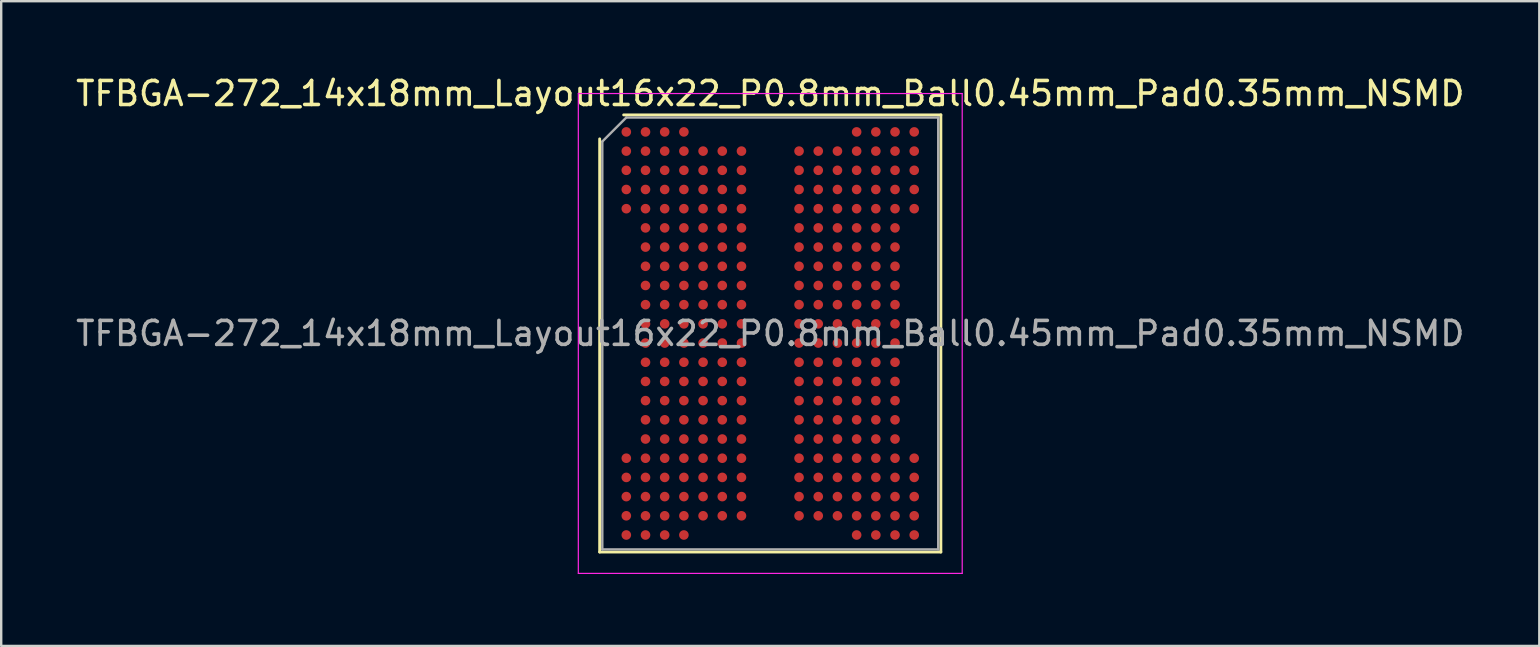
<source format=kicad_pcb>
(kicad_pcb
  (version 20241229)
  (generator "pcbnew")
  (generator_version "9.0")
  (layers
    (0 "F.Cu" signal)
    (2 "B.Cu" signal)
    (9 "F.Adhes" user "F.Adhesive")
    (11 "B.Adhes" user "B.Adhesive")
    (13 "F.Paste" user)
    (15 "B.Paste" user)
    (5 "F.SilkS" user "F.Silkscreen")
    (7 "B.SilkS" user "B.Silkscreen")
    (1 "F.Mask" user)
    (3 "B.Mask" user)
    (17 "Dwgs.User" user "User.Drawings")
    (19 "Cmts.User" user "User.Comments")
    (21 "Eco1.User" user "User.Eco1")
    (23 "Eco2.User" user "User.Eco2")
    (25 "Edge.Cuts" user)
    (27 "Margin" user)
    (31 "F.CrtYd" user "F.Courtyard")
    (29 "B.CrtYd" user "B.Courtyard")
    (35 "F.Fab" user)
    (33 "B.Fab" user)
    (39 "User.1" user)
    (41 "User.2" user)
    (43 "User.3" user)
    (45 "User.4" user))
  (footprint "TFBGA-272_14x18mm_Layout16x22_P0.8mm_Ball0.45mm_Pad0.35mm_NSMD"
    (layer "F.Cu")
    (at 29.054 10.848)
    (property "Reference" "TFBGA-272_14x18mm_Layout16x22_P0.8mm_Ball0.45mm_Pad0.35mm_NSMD" (at 0 -10 0) (layer "F.SilkS") (effects (font (size 1 1) (thickness 0.15))))
    (attr smd)
    (fp_line (start -7.11 9.11) (end -7.11 -8.11) (stroke (width 0.12) (type solid)) (layer "F.SilkS"))
    (fp_line (start -6.11 -9.11) (end 7.11 -9.11) (stroke (width 0.12) (type solid)) (layer "F.SilkS"))
    (fp_line (start 7.11 -9.11) (end 7.11 9.11) (stroke (width 0.12) (type solid)) (layer "F.SilkS"))
    (fp_line (start 7.11 9.11) (end -7.11 9.11) (stroke (width 0.12) (type solid)) (layer "F.SilkS"))
    (fp_line (start -8 -10) (end -8 10) (stroke (width 0.05) (type solid)) (layer "F.CrtYd"))
    (fp_line (start -8 10) (end 8 10) (stroke (width 0.05) (type solid)) (layer "F.CrtYd"))
    (fp_line (start 8 -10) (end -8 -10) (stroke (width 0.05) (type solid)) (layer "F.CrtYd"))
    (fp_line (start 8 10) (end 8 -10) (stroke (width 0.05) (type solid)) (layer "F.CrtYd"))
    (fp_line (start -7 -8) (end -6 -9) (stroke (width 0.1) (type solid)) (layer "F.Fab"))
    (fp_line (start -7 9) (end -7 -8) (stroke (width 0.1) (type solid)) (layer "F.Fab"))
    (fp_line (start -6 -9) (end 7 -9) (stroke (width 0.1) (type solid)) (layer "F.Fab"))
    (fp_line (start 7 -9) (end 7 9) (stroke (width 0.1) (type solid)) (layer "F.Fab"))
    (fp_line (start 7 9) (end -7 9) (stroke (width 0.1) (type solid)) (layer "F.Fab"))
    (fp_text user "${REFERENCE}" (at 0 0 0) (layer "F.Fab") (effects (font (size 1 1) (thickness 0.15))))
    (pad "A1" smd circle (at -6 -8.4) (size 0.4 0.4) (layers "F.Cu" "F.Mask" "F.Paste"))
    (pad "A2" smd circle (at -5.2 -8.4) (size 0.4 0.4) (layers "F.Cu" "F.Mask" "F.Paste"))
    (pad "A3" smd circle (at -4.4 -8.4) (size 0.4 0.4) (layers "F.Cu" "F.Mask" "F.Paste"))
    (pad "A4" smd circle (at -3.6 -8.4) (size 0.4 0.4) (layers "F.Cu" "F.Mask" "F.Paste"))
    (pad "A13" smd circle (at 3.6 -8.4) (size 0.4 0.4) (layers "F.Cu" "F.Mask" "F.Paste"))
    (pad "A14" smd circle (at 4.4 -8.4) (size 0.4 0.4) (layers "F.Cu" "F.Mask" "F.Paste"))
    (pad "A15" smd circle (at 5.2 -8.4) (size 0.4 0.4) (layers "F.Cu" "F.Mask" "F.Paste"))
    (pad "A16" smd circle (at 6 -8.4) (size 0.4 0.4) (layers "F.Cu" "F.Mask" "F.Paste"))
    (pad "AA1" smd circle (at -6 7.6) (size 0.4 0.4) (layers "F.Cu" "F.Mask" "F.Paste"))
    (pad "AA2" smd circle (at -5.2 7.6) (size 0.4 0.4) (layers "F.Cu" "F.Mask" "F.Paste"))
    (pad "AA3" smd circle (at -4.4 7.6) (size 0.4 0.4) (layers "F.Cu" "F.Mask" "F.Paste"))
    (pad "AA4" smd circle (at -3.6 7.6) (size 0.4 0.4) (layers "F.Cu" "F.Mask" "F.Paste"))
    (pad "AA5" smd circle (at -2.8 7.6) (size 0.4 0.4) (layers "F.Cu" "F.Mask" "F.Paste"))
    (pad "AA6" smd circle (at -2 7.6) (size 0.4 0.4) (layers "F.Cu" "F.Mask" "F.Paste"))
    (pad "AA7" smd circle (at -1.2 7.6) (size 0.4 0.4) (layers "F.Cu" "F.Mask" "F.Paste"))
    (pad "AA10" smd circle (at 1.2 7.6) (size 0.4 0.4) (layers "F.Cu" "F.Mask" "F.Paste"))
    (pad "AA11" smd circle (at 2 7.6) (size 0.4 0.4) (layers "F.Cu" "F.Mask" "F.Paste"))
    (pad "AA12" smd circle (at 2.8 7.6) (size 0.4 0.4) (layers "F.Cu" "F.Mask" "F.Paste"))
    (pad "AA13" smd circle (at 3.6 7.6) (size 0.4 0.4) (layers "F.Cu" "F.Mask" "F.Paste"))
    (pad "AA14" smd circle (at 4.4 7.6) (size 0.4 0.4) (layers "F.Cu" "F.Mask" "F.Paste"))
    (pad "AA15" smd circle (at 5.2 7.6) (size 0.4 0.4) (layers "F.Cu" "F.Mask" "F.Paste"))
    (pad "AA16" smd circle (at 6 7.6) (size 0.4 0.4) (layers "F.Cu" "F.Mask" "F.Paste"))
    (pad "AB1" smd circle (at -6 8.4) (size 0.4 0.4) (layers "F.Cu" "F.Mask" "F.Paste"))
    (pad "AB2" smd circle (at -5.2 8.4) (size 0.4 0.4) (layers "F.Cu" "F.Mask" "F.Paste"))
    (pad "AB3" smd circle (at -4.4 8.4) (size 0.4 0.4) (layers "F.Cu" "F.Mask" "F.Paste"))
    (pad "AB4" smd circle (at -3.6 8.4) (size 0.4 0.4) (layers "F.Cu" "F.Mask" "F.Paste"))
    (pad "AB13" smd circle (at 3.6 8.4) (size 0.4 0.4) (layers "F.Cu" "F.Mask" "F.Paste"))
    (pad "AB14" smd circle (at 4.4 8.4) (size 0.4 0.4) (layers "F.Cu" "F.Mask" "F.Paste"))
    (pad "AB15" smd circle (at 5.2 8.4) (size 0.4 0.4) (layers "F.Cu" "F.Mask" "F.Paste"))
    (pad "AB16" smd circle (at 6 8.4) (size 0.4 0.4) (layers "F.Cu" "F.Mask" "F.Paste"))
    (pad "B1" smd circle (at -6 -7.6) (size 0.4 0.4) (layers "F.Cu" "F.Mask" "F.Paste"))
    (pad "B2" smd circle (at -5.2 -7.6) (size 0.4 0.4) (layers "F.Cu" "F.Mask" "F.Paste"))
    (pad "B3" smd circle (at -4.4 -7.6) (size 0.4 0.4) (layers "F.Cu" "F.Mask" "F.Paste"))
    (pad "B4" smd circle (at -3.6 -7.6) (size 0.4 0.4) (layers "F.Cu" "F.Mask" "F.Paste"))
    (pad "B5" smd circle (at -2.8 -7.6) (size 0.4 0.4) (layers "F.Cu" "F.Mask" "F.Paste"))
    (pad "B6" smd circle (at -2 -7.6) (size 0.4 0.4) (layers "F.Cu" "F.Mask" "F.Paste"))
    (pad "B7" smd circle (at -1.2 -7.6) (size 0.4 0.4) (layers "F.Cu" "F.Mask" "F.Paste"))
    (pad "B10" smd circle (at 1.2 -7.6) (size 0.4 0.4) (layers "F.Cu" "F.Mask" "F.Paste"))
    (pad "B11" smd circle (at 2 -7.6) (size 0.4 0.4) (layers "F.Cu" "F.Mask" "F.Paste"))
    (pad "B12" smd circle (at 2.8 -7.6) (size 0.4 0.4) (layers "F.Cu" "F.Mask" "F.Paste"))
    (pad "B13" smd circle (at 3.6 -7.6) (size 0.4 0.4) (layers "F.Cu" "F.Mask" "F.Paste"))
    (pad "B14" smd circle (at 4.4 -7.6) (size 0.4 0.4) (layers "F.Cu" "F.Mask" "F.Paste"))
    (pad "B15" smd circle (at 5.2 -7.6) (size 0.4 0.4) (layers "F.Cu" "F.Mask" "F.Paste"))
    (pad "B16" smd circle (at 6 -7.6) (size 0.4 0.4) (layers "F.Cu" "F.Mask" "F.Paste"))
    (pad "C1" smd circle (at -6 -6.8) (size 0.4 0.4) (layers "F.Cu" "F.Mask" "F.Paste"))
    (pad "C2" smd circle (at -5.2 -6.8) (size 0.4 0.4) (layers "F.Cu" "F.Mask" "F.Paste"))
    (pad "C3" smd circle (at -4.4 -6.8) (size 0.4 0.4) (layers "F.Cu" "F.Mask" "F.Paste"))
    (pad "C4" smd circle (at -3.6 -6.8) (size 0.4 0.4) (layers "F.Cu" "F.Mask" "F.Paste"))
    (pad "C5" smd circle (at -2.8 -6.8) (size 0.4 0.4) (layers "F.Cu" "F.Mask" "F.Paste"))
    (pad "C6" smd circle (at -2 -6.8) (size 0.4 0.4) (layers "F.Cu" "F.Mask" "F.Paste"))
    (pad "C7" smd circle (at -1.2 -6.8) (size 0.4 0.4) (layers "F.Cu" "F.Mask" "F.Paste"))
    (pad "C10" smd circle (at 1.2 -6.8) (size 0.4 0.4) (layers "F.Cu" "F.Mask" "F.Paste"))
    (pad "C11" smd circle (at 2 -6.8) (size 0.4 0.4) (layers "F.Cu" "F.Mask" "F.Paste"))
    (pad "C12" smd circle (at 2.8 -6.8) (size 0.4 0.4) (layers "F.Cu" "F.Mask" "F.Paste"))
    (pad "C13" smd circle (at 3.6 -6.8) (size 0.4 0.4) (layers "F.Cu" "F.Mask" "F.Paste"))
    (pad "C14" smd circle (at 4.4 -6.8) (size 0.4 0.4) (layers "F.Cu" "F.Mask" "F.Paste"))
    (pad "C15" smd circle (at 5.2 -6.8) (size 0.4 0.4) (layers "F.Cu" "F.Mask" "F.Paste"))
    (pad "C16" smd circle (at 6 -6.8) (size 0.4 0.4) (layers "F.Cu" "F.Mask" "F.Paste"))
    (pad "D1" smd circle (at -6 -6) (size 0.4 0.4) (layers "F.Cu" "F.Mask" "F.Paste"))
    (pad "D2" smd circle (at -5.2 -6) (size 0.4 0.4) (layers "F.Cu" "F.Mask" "F.Paste"))
    (pad "D3" smd circle (at -4.4 -6) (size 0.4 0.4) (layers "F.Cu" "F.Mask" "F.Paste"))
    (pad "D4" smd circle (at -3.6 -6) (size 0.4 0.4) (layers "F.Cu" "F.Mask" "F.Paste"))
    (pad "D5" smd circle (at -2.8 -6) (size 0.4 0.4) (layers "F.Cu" "F.Mask" "F.Paste"))
    (pad "D6" smd circle (at -2 -6) (size 0.4 0.4) (layers "F.Cu" "F.Mask" "F.Paste"))
    (pad "D7" smd circle (at -1.2 -6) (size 0.4 0.4) (layers "F.Cu" "F.Mask" "F.Paste"))
    (pad "D10" smd circle (at 1.2 -6) (size 0.4 0.4) (layers "F.Cu" "F.Mask" "F.Paste"))
    (pad "D11" smd circle (at 2 -6) (size 0.4 0.4) (layers "F.Cu" "F.Mask" "F.Paste"))
    (pad "D12" smd circle (at 2.8 -6) (size 0.4 0.4) (layers "F.Cu" "F.Mask" "F.Paste"))
    (pad "D13" smd circle (at 3.6 -6) (size 0.4 0.4) (layers "F.Cu" "F.Mask" "F.Paste"))
    (pad "D14" smd circle (at 4.4 -6) (size 0.4 0.4) (layers "F.Cu" "F.Mask" "F.Paste"))
    (pad "D15" smd circle (at 5.2 -6) (size 0.4 0.4) (layers "F.Cu" "F.Mask" "F.Paste"))
    (pad "D16" smd circle (at 6 -6) (size 0.4 0.4) (layers "F.Cu" "F.Mask" "F.Paste"))
    (pad "E1" smd circle (at -6 -5.2) (size 0.4 0.4) (layers "F.Cu" "F.Mask" "F.Paste"))
    (pad "E2" smd circle (at -5.2 -5.2) (size 0.4 0.4) (layers "F.Cu" "F.Mask" "F.Paste"))
    (pad "E3" smd circle (at -4.4 -5.2) (size 0.4 0.4) (layers "F.Cu" "F.Mask" "F.Paste"))
    (pad "E4" smd circle (at -3.6 -5.2) (size 0.4 0.4) (layers "F.Cu" "F.Mask" "F.Paste"))
    (pad "E5" smd circle (at -2.8 -5.2) (size 0.4 0.4) (layers "F.Cu" "F.Mask" "F.Paste"))
    (pad "E6" smd circle (at -2 -5.2) (size 0.4 0.4) (layers "F.Cu" "F.Mask" "F.Paste"))
    (pad "E7" smd circle (at -1.2 -5.2) (size 0.4 0.4) (layers "F.Cu" "F.Mask" "F.Paste"))
    (pad "E10" smd circle (at 1.2 -5.2) (size 0.4 0.4) (layers "F.Cu" "F.Mask" "F.Paste"))
    (pad "E11" smd circle (at 2 -5.2) (size 0.4 0.4) (layers "F.Cu" "F.Mask" "F.Paste"))
    (pad "E12" smd circle (at 2.8 -5.2) (size 0.4 0.4) (layers "F.Cu" "F.Mask" "F.Paste"))
    (pad "E13" smd circle (at 3.6 -5.2) (size 0.4 0.4) (layers "F.Cu" "F.Mask" "F.Paste"))
    (pad "E14" smd circle (at 4.4 -5.2) (size 0.4 0.4) (layers "F.Cu" "F.Mask" "F.Paste"))
    (pad "E15" smd circle (at 5.2 -5.2) (size 0.4 0.4) (layers "F.Cu" "F.Mask" "F.Paste"))
    (pad "E16" smd circle (at 6 -5.2) (size 0.4 0.4) (layers "F.Cu" "F.Mask" "F.Paste"))
    (pad "F2" smd circle (at -5.2 -4.4) (size 0.4 0.4) (layers "F.Cu" "F.Mask" "F.Paste"))
    (pad "F3" smd circle (at -4.4 -4.4) (size 0.4 0.4) (layers "F.Cu" "F.Mask" "F.Paste"))
    (pad "F4" smd circle (at -3.6 -4.4) (size 0.4 0.4) (layers "F.Cu" "F.Mask" "F.Paste"))
    (pad "F5" smd circle (at -2.8 -4.4) (size 0.4 0.4) (layers "F.Cu" "F.Mask" "F.Paste"))
    (pad "F6" smd circle (at -2 -4.4) (size 0.4 0.4) (layers "F.Cu" "F.Mask" "F.Paste"))
    (pad "F7" smd circle (at -1.2 -4.4) (size 0.4 0.4) (layers "F.Cu" "F.Mask" "F.Paste"))
    (pad "F10" smd circle (at 1.2 -4.4) (size 0.4 0.4) (layers "F.Cu" "F.Mask" "F.Paste"))
    (pad "F11" smd circle (at 2 -4.4) (size 0.4 0.4) (layers "F.Cu" "F.Mask" "F.Paste"))
    (pad "F12" smd circle (at 2.8 -4.4) (size 0.4 0.4) (layers "F.Cu" "F.Mask" "F.Paste"))
    (pad "F13" smd circle (at 3.6 -4.4) (size 0.4 0.4) (layers "F.Cu" "F.Mask" "F.Paste"))
    (pad "F14" smd circle (at 4.4 -4.4) (size 0.4 0.4) (layers "F.Cu" "F.Mask" "F.Paste"))
    (pad "F15" smd circle (at 5.2 -4.4) (size 0.4 0.4) (layers "F.Cu" "F.Mask" "F.Paste"))
    (pad "G2" smd circle (at -5.2 -3.6) (size 0.4 0.4) (layers "F.Cu" "F.Mask" "F.Paste"))
    (pad "G3" smd circle (at -4.4 -3.6) (size 0.4 0.4) (layers "F.Cu" "F.Mask" "F.Paste"))
    (pad "G4" smd circle (at -3.6 -3.6) (size 0.4 0.4) (layers "F.Cu" "F.Mask" "F.Paste"))
    (pad "G5" smd circle (at -2.8 -3.6) (size 0.4 0.4) (layers "F.Cu" "F.Mask" "F.Paste"))
    (pad "G6" smd circle (at -2 -3.6) (size 0.4 0.4) (layers "F.Cu" "F.Mask" "F.Paste"))
    (pad "G7" smd circle (at -1.2 -3.6) (size 0.4 0.4) (layers "F.Cu" "F.Mask" "F.Paste"))
    (pad "G10" smd circle (at 1.2 -3.6) (size 0.4 0.4) (layers "F.Cu" "F.Mask" "F.Paste"))
    (pad "G11" smd circle (at 2 -3.6) (size 0.4 0.4) (layers "F.Cu" "F.Mask" "F.Paste"))
    (pad "G12" smd circle (at 2.8 -3.6) (size 0.4 0.4) (layers "F.Cu" "F.Mask" "F.Paste"))
    (pad "G13" smd circle (at 3.6 -3.6) (size 0.4 0.4) (layers "F.Cu" "F.Mask" "F.Paste"))
    (pad "G14" smd circle (at 4.4 -3.6) (size 0.4 0.4) (layers "F.Cu" "F.Mask" "F.Paste"))
    (pad "G15" smd circle (at 5.2 -3.6) (size 0.4 0.4) (layers "F.Cu" "F.Mask" "F.Paste"))
    (pad "H2" smd circle (at -5.2 -2.8) (size 0.4 0.4) (layers "F.Cu" "F.Mask" "F.Paste"))
    (pad "H3" smd circle (at -4.4 -2.8) (size 0.4 0.4) (layers "F.Cu" "F.Mask" "F.Paste"))
    (pad "H4" smd circle (at -3.6 -2.8) (size 0.4 0.4) (layers "F.Cu" "F.Mask" "F.Paste"))
    (pad "H5" smd circle (at -2.8 -2.8) (size 0.4 0.4) (layers "F.Cu" "F.Mask" "F.Paste"))
    (pad "H6" smd circle (at -2 -2.8) (size 0.4 0.4) (layers "F.Cu" "F.Mask" "F.Paste"))
    (pad "H7" smd circle (at -1.2 -2.8) (size 0.4 0.4) (layers "F.Cu" "F.Mask" "F.Paste"))
    (pad "H10" smd circle (at 1.2 -2.8) (size 0.4 0.4) (layers "F.Cu" "F.Mask" "F.Paste"))
    (pad "H11" smd circle (at 2 -2.8) (size 0.4 0.4) (layers "F.Cu" "F.Mask" "F.Paste"))
    (pad "H12" smd circle (at 2.8 -2.8) (size 0.4 0.4) (layers "F.Cu" "F.Mask" "F.Paste"))
    (pad "H13" smd circle (at 3.6 -2.8) (size 0.4 0.4) (layers "F.Cu" "F.Mask" "F.Paste"))
    (pad "H14" smd circle (at 4.4 -2.8) (size 0.4 0.4) (layers "F.Cu" "F.Mask" "F.Paste"))
    (pad "H15" smd circle (at 5.2 -2.8) (size 0.4 0.4) (layers "F.Cu" "F.Mask" "F.Paste"))
    (pad "J2" smd circle (at -5.2 -2) (size 0.4 0.4) (layers "F.Cu" "F.Mask" "F.Paste"))
    (pad "J3" smd circle (at -4.4 -2) (size 0.4 0.4) (layers "F.Cu" "F.Mask" "F.Paste"))
    (pad "J4" smd circle (at -3.6 -2) (size 0.4 0.4) (layers "F.Cu" "F.Mask" "F.Paste"))
    (pad "J5" smd circle (at -2.8 -2) (size 0.4 0.4) (layers "F.Cu" "F.Mask" "F.Paste"))
    (pad "J6" smd circle (at -2 -2) (size 0.4 0.4) (layers "F.Cu" "F.Mask" "F.Paste"))
    (pad "J7" smd circle (at -1.2 -2) (size 0.4 0.4) (layers "F.Cu" "F.Mask" "F.Paste"))
    (pad "J10" smd circle (at 1.2 -2) (size 0.4 0.4) (layers "F.Cu" "F.Mask" "F.Paste"))
    (pad "J11" smd circle (at 2 -2) (size 0.4 0.4) (layers "F.Cu" "F.Mask" "F.Paste"))
    (pad "J12" smd circle (at 2.8 -2) (size 0.4 0.4) (layers "F.Cu" "F.Mask" "F.Paste"))
    (pad "J13" smd circle (at 3.6 -2) (size 0.4 0.4) (layers "F.Cu" "F.Mask" "F.Paste"))
    (pad "J14" smd circle (at 4.4 -2) (size 0.4 0.4) (layers "F.Cu" "F.Mask" "F.Paste"))
    (pad "J15" smd circle (at 5.2 -2) (size 0.4 0.4) (layers "F.Cu" "F.Mask" "F.Paste"))
    (pad "K2" smd circle (at -5.2 -1.2) (size 0.4 0.4) (layers "F.Cu" "F.Mask" "F.Paste"))
    (pad "K3" smd circle (at -4.4 -1.2) (size 0.4 0.4) (layers "F.Cu" "F.Mask" "F.Paste"))
    (pad "K4" smd circle (at -3.6 -1.2) (size 0.4 0.4) (layers "F.Cu" "F.Mask" "F.Paste"))
    (pad "K5" smd circle (at -2.8 -1.2) (size 0.4 0.4) (layers "F.Cu" "F.Mask" "F.Paste"))
    (pad "K6" smd circle (at -2 -1.2) (size 0.4 0.4) (layers "F.Cu" "F.Mask" "F.Paste"))
    (pad "K7" smd circle (at -1.2 -1.2) (size 0.4 0.4) (layers "F.Cu" "F.Mask" "F.Paste"))
    (pad "K10" smd circle (at 1.2 -1.2) (size 0.4 0.4) (layers "F.Cu" "F.Mask" "F.Paste"))
    (pad "K11" smd circle (at 2 -1.2) (size 0.4 0.4) (layers "F.Cu" "F.Mask" "F.Paste"))
    (pad "K12" smd circle (at 2.8 -1.2) (size 0.4 0.4) (layers "F.Cu" "F.Mask" "F.Paste"))
    (pad "K13" smd circle (at 3.6 -1.2) (size 0.4 0.4) (layers "F.Cu" "F.Mask" "F.Paste"))
    (pad "K14" smd circle (at 4.4 -1.2) (size 0.4 0.4) (layers "F.Cu" "F.Mask" "F.Paste"))
    (pad "K15" smd circle (at 5.2 -1.2) (size 0.4 0.4) (layers "F.Cu" "F.Mask" "F.Paste"))
    (pad "L2" smd circle (at -5.2 -0.4) (size 0.4 0.4) (layers "F.Cu" "F.Mask" "F.Paste"))
    (pad "L3" smd circle (at -4.4 -0.4) (size 0.4 0.4) (layers "F.Cu" "F.Mask" "F.Paste"))
    (pad "L4" smd circle (at -3.6 -0.4) (size 0.4 0.4) (layers "F.Cu" "F.Mask" "F.Paste"))
    (pad "L5" smd circle (at -2.8 -0.4) (size 0.4 0.4) (layers "F.Cu" "F.Mask" "F.Paste"))
    (pad "L6" smd circle (at -2 -0.4) (size 0.4 0.4) (layers "F.Cu" "F.Mask" "F.Paste"))
    (pad "L7" smd circle (at -1.2 -0.4) (size 0.4 0.4) (layers "F.Cu" "F.Mask" "F.Paste"))
    (pad "L10" smd circle (at 1.2 -0.4) (size 0.4 0.4) (layers "F.Cu" "F.Mask" "F.Paste"))
    (pad "L11" smd circle (at 2 -0.4) (size 0.4 0.4) (layers "F.Cu" "F.Mask" "F.Paste"))
    (pad "L12" smd circle (at 2.8 -0.4) (size 0.4 0.4) (layers "F.Cu" "F.Mask" "F.Paste"))
    (pad "L13" smd circle (at 3.6 -0.4) (size 0.4 0.4) (layers "F.Cu" "F.Mask" "F.Paste"))
    (pad "L14" smd circle (at 4.4 -0.4) (size 0.4 0.4) (layers "F.Cu" "F.Mask" "F.Paste"))
    (pad "L15" smd circle (at 5.2 -0.4) (size 0.4 0.4) (layers "F.Cu" "F.Mask" "F.Paste"))
    (pad "M2" smd circle (at -5.2 0.4) (size 0.4 0.4) (layers "F.Cu" "F.Mask" "F.Paste"))
    (pad "M3" smd circle (at -4.4 0.4) (size 0.4 0.4) (layers "F.Cu" "F.Mask" "F.Paste"))
    (pad "M4" smd circle (at -3.6 0.4) (size 0.4 0.4) (layers "F.Cu" "F.Mask" "F.Paste"))
    (pad "M5" smd circle (at -2.8 0.4) (size 0.4 0.4) (layers "F.Cu" "F.Mask" "F.Paste"))
    (pad "M6" smd circle (at -2 0.4) (size 0.4 0.4) (layers "F.Cu" "F.Mask" "F.Paste"))
    (pad "M7" smd circle (at -1.2 0.4) (size 0.4 0.4) (layers "F.Cu" "F.Mask" "F.Paste"))
    (pad "M10" smd circle (at 1.2 0.4) (size 0.4 0.4) (layers "F.Cu" "F.Mask" "F.Paste"))
    (pad "M11" smd circle (at 2 0.4) (size 0.4 0.4) (layers "F.Cu" "F.Mask" "F.Paste"))
    (pad "M12" smd circle (at 2.8 0.4) (size 0.4 0.4) (layers "F.Cu" "F.Mask" "F.Paste"))
    (pad "M13" smd circle (at 3.6 0.4) (size 0.4 0.4) (layers "F.Cu" "F.Mask" "F.Paste"))
    (pad "M14" smd circle (at 4.4 0.4) (size 0.4 0.4) (layers "F.Cu" "F.Mask" "F.Paste"))
    (pad "M15" smd circle (at 5.2 0.4) (size 0.4 0.4) (layers "F.Cu" "F.Mask" "F.Paste"))
    (pad "N2" smd circle (at -5.2 1.2) (size 0.4 0.4) (layers "F.Cu" "F.Mask" "F.Paste"))
    (pad "N3" smd circle (at -4.4 1.2) (size 0.4 0.4) (layers "F.Cu" "F.Mask" "F.Paste"))
    (pad "N4" smd circle (at -3.6 1.2) (size 0.4 0.4) (layers "F.Cu" "F.Mask" "F.Paste"))
    (pad "N5" smd circle (at -2.8 1.2) (size 0.4 0.4) (layers "F.Cu" "F.Mask" "F.Paste"))
    (pad "N6" smd circle (at -2 1.2) (size 0.4 0.4) (layers "F.Cu" "F.Mask" "F.Paste"))
    (pad "N7" smd circle (at -1.2 1.2) (size 0.4 0.4) (layers "F.Cu" "F.Mask" "F.Paste"))
    (pad "N10" smd circle (at 1.2 1.2) (size 0.4 0.4) (layers "F.Cu" "F.Mask" "F.Paste"))
    (pad "N11" smd circle (at 2 1.2) (size 0.4 0.4) (layers "F.Cu" "F.Mask" "F.Paste"))
    (pad "N12" smd circle (at 2.8 1.2) (size 0.4 0.4) (layers "F.Cu" "F.Mask" "F.Paste"))
    (pad "N13" smd circle (at 3.6 1.2) (size 0.4 0.4) (layers "F.Cu" "F.Mask" "F.Paste"))
    (pad "N14" smd circle (at 4.4 1.2) (size 0.4 0.4) (layers "F.Cu" "F.Mask" "F.Paste"))
    (pad "N15" smd circle (at 5.2 1.2) (size 0.4 0.4) (layers "F.Cu" "F.Mask" "F.Paste"))
    (pad "P2" smd circle (at -5.2 2) (size 0.4 0.4) (layers "F.Cu" "F.Mask" "F.Paste"))
    (pad "P3" smd circle (at -4.4 2) (size 0.4 0.4) (layers "F.Cu" "F.Mask" "F.Paste"))
    (pad "P4" smd circle (at -3.6 2) (size 0.4 0.4) (layers "F.Cu" "F.Mask" "F.Paste"))
    (pad "P5" smd circle (at -2.8 2) (size 0.4 0.4) (layers "F.Cu" "F.Mask" "F.Paste"))
    (pad "P6" smd circle (at -2 2) (size 0.4 0.4) (layers "F.Cu" "F.Mask" "F.Paste"))
    (pad "P7" smd circle (at -1.2 2) (size 0.4 0.4) (layers "F.Cu" "F.Mask" "F.Paste"))
    (pad "P10" smd circle (at 1.2 2) (size 0.4 0.4) (layers "F.Cu" "F.Mask" "F.Paste"))
    (pad "P11" smd circle (at 2 2) (size 0.4 0.4) (layers "F.Cu" "F.Mask" "F.Paste"))
    (pad "P12" smd circle (at 2.8 2) (size 0.4 0.4) (layers "F.Cu" "F.Mask" "F.Paste"))
    (pad "P13" smd circle (at 3.6 2) (size 0.4 0.4) (layers "F.Cu" "F.Mask" "F.Paste"))
    (pad "P14" smd circle (at 4.4 2) (size 0.4 0.4) (layers "F.Cu" "F.Mask" "F.Paste"))
    (pad "P15" smd circle (at 5.2 2) (size 0.4 0.4) (layers "F.Cu" "F.Mask" "F.Paste"))
    (pad "R2" smd circle (at -5.2 2.8) (size 0.4 0.4) (layers "F.Cu" "F.Mask" "F.Paste"))
    (pad "R3" smd circle (at -4.4 2.8) (size 0.4 0.4) (layers "F.Cu" "F.Mask" "F.Paste"))
    (pad "R4" smd circle (at -3.6 2.8) (size 0.4 0.4) (layers "F.Cu" "F.Mask" "F.Paste"))
    (pad "R5" smd circle (at -2.8 2.8) (size 0.4 0.4) (layers "F.Cu" "F.Mask" "F.Paste"))
    (pad "R6" smd circle (at -2 2.8) (size 0.4 0.4) (layers "F.Cu" "F.Mask" "F.Paste"))
    (pad "R7" smd circle (at -1.2 2.8) (size 0.4 0.4) (layers "F.Cu" "F.Mask" "F.Paste"))
    (pad "R10" smd circle (at 1.2 2.8) (size 0.4 0.4) (layers "F.Cu" "F.Mask" "F.Paste"))
    (pad "R11" smd circle (at 2 2.8) (size 0.4 0.4) (layers "F.Cu" "F.Mask" "F.Paste"))
    (pad "R12" smd circle (at 2.8 2.8) (size 0.4 0.4) (layers "F.Cu" "F.Mask" "F.Paste"))
    (pad "R13" smd circle (at 3.6 2.8) (size 0.4 0.4) (layers "F.Cu" "F.Mask" "F.Paste"))
    (pad "R14" smd circle (at 4.4 2.8) (size 0.4 0.4) (layers "F.Cu" "F.Mask" "F.Paste"))
    (pad "R15" smd circle (at 5.2 2.8) (size 0.4 0.4) (layers "F.Cu" "F.Mask" "F.Paste"))
    (pad "T2" smd circle (at -5.2 3.6) (size 0.4 0.4) (layers "F.Cu" "F.Mask" "F.Paste"))
    (pad "T3" smd circle (at -4.4 3.6) (size 0.4 0.4) (layers "F.Cu" "F.Mask" "F.Paste"))
    (pad "T4" smd circle (at -3.6 3.6) (size 0.4 0.4) (layers "F.Cu" "F.Mask" "F.Paste"))
    (pad "T5" smd circle (at -2.8 3.6) (size 0.4 0.4) (layers "F.Cu" "F.Mask" "F.Paste"))
    (pad "T6" smd circle (at -2 3.6) (size 0.4 0.4) (layers "F.Cu" "F.Mask" "F.Paste"))
    (pad "T7" smd circle (at -1.2 3.6) (size 0.4 0.4) (layers "F.Cu" "F.Mask" "F.Paste"))
    (pad "T10" smd circle (at 1.2 3.6) (size 0.4 0.4) (layers "F.Cu" "F.Mask" "F.Paste"))
    (pad "T11" smd circle (at 2 3.6) (size 0.4 0.4) (layers "F.Cu" "F.Mask" "F.Paste"))
    (pad "T12" smd circle (at 2.8 3.6) (size 0.4 0.4) (layers "F.Cu" "F.Mask" "F.Paste"))
    (pad "T13" smd circle (at 3.6 3.6) (size 0.4 0.4) (layers "F.Cu" "F.Mask" "F.Paste"))
    (pad "T14" smd circle (at 4.4 3.6) (size 0.4 0.4) (layers "F.Cu" "F.Mask" "F.Paste"))
    (pad "T15" smd circle (at 5.2 3.6) (size 0.4 0.4) (layers "F.Cu" "F.Mask" "F.Paste"))
    (pad "U2" smd circle (at -5.2 4.4) (size 0.4 0.4) (layers "F.Cu" "F.Mask" "F.Paste"))
    (pad "U3" smd circle (at -4.4 4.4) (size 0.4 0.4) (layers "F.Cu" "F.Mask" "F.Paste"))
    (pad "U4" smd circle (at -3.6 4.4) (size 0.4 0.4) (layers "F.Cu" "F.Mask" "F.Paste"))
    (pad "U5" smd circle (at -2.8 4.4) (size 0.4 0.4) (layers "F.Cu" "F.Mask" "F.Paste"))
    (pad "U6" smd circle (at -2 4.4) (size 0.4 0.4) (layers "F.Cu" "F.Mask" "F.Paste"))
    (pad "U7" smd circle (at -1.2 4.4) (size 0.4 0.4) (layers "F.Cu" "F.Mask" "F.Paste"))
    (pad "U10" smd circle (at 1.2 4.4) (size 0.4 0.4) (layers "F.Cu" "F.Mask" "F.Paste"))
    (pad "U11" smd circle (at 2 4.4) (size 0.4 0.4) (layers "F.Cu" "F.Mask" "F.Paste"))
    (pad "U12" smd circle (at 2.8 4.4) (size 0.4 0.4) (layers "F.Cu" "F.Mask" "F.Paste"))
    (pad "U13" smd circle (at 3.6 4.4) (size 0.4 0.4) (layers "F.Cu" "F.Mask" "F.Paste"))
    (pad "U14" smd circle (at 4.4 4.4) (size 0.4 0.4) (layers "F.Cu" "F.Mask" "F.Paste"))
    (pad "U15" smd circle (at 5.2 4.4) (size 0.4 0.4) (layers "F.Cu" "F.Mask" "F.Paste"))
    (pad "V1" smd circle (at -6 5.2) (size 0.4 0.4) (layers "F.Cu" "F.Mask" "F.Paste"))
    (pad "V2" smd circle (at -5.2 5.2) (size 0.4 0.4) (layers "F.Cu" "F.Mask" "F.Paste"))
    (pad "V3" smd circle (at -4.4 5.2) (size 0.4 0.4) (layers "F.Cu" "F.Mask" "F.Paste"))
    (pad "V4" smd circle (at -3.6 5.2) (size 0.4 0.4) (layers "F.Cu" "F.Mask" "F.Paste"))
    (pad "V5" smd circle (at -2.8 5.2) (size 0.4 0.4) (layers "F.Cu" "F.Mask" "F.Paste"))
    (pad "V6" smd circle (at -2 5.2) (size 0.4 0.4) (layers "F.Cu" "F.Mask" "F.Paste"))
    (pad "V7" smd circle (at -1.2 5.2) (size 0.4 0.4) (layers "F.Cu" "F.Mask" "F.Paste"))
    (pad "V10" smd circle (at 1.2 5.2) (size 0.4 0.4) (layers "F.Cu" "F.Mask" "F.Paste"))
    (pad "V11" smd circle (at 2 5.2) (size 0.4 0.4) (layers "F.Cu" "F.Mask" "F.Paste"))
    (pad "V12" smd circle (at 2.8 5.2) (size 0.4 0.4) (layers "F.Cu" "F.Mask" "F.Paste"))
    (pad "V13" smd circle (at 3.6 5.2) (size 0.4 0.4) (layers "F.Cu" "F.Mask" "F.Paste"))
    (pad "V14" smd circle (at 4.4 5.2) (size 0.4 0.4) (layers "F.Cu" "F.Mask" "F.Paste"))
    (pad "V15" smd circle (at 5.2 5.2) (size 0.4 0.4) (layers "F.Cu" "F.Mask" "F.Paste"))
    (pad "V16" smd circle (at 6 5.2) (size 0.4 0.4) (layers "F.Cu" "F.Mask" "F.Paste"))
    (pad "W1" smd circle (at -6 6) (size 0.4 0.4) (layers "F.Cu" "F.Mask" "F.Paste"))
    (pad "W2" smd circle (at -5.2 6) (size 0.4 0.4) (layers "F.Cu" "F.Mask" "F.Paste"))
    (pad "W3" smd circle (at -4.4 6) (size 0.4 0.4) (layers "F.Cu" "F.Mask" "F.Paste"))
    (pad "W4" smd circle (at -3.6 6) (size 0.4 0.4) (layers "F.Cu" "F.Mask" "F.Paste"))
    (pad "W5" smd circle (at -2.8 6) (size 0.4 0.4) (layers "F.Cu" "F.Mask" "F.Paste"))
    (pad "W6" smd circle (at -2 6) (size 0.4 0.4) (layers "F.Cu" "F.Mask" "F.Paste"))
    (pad "W7" smd circle (at -1.2 6) (size 0.4 0.4) (layers "F.Cu" "F.Mask" "F.Paste"))
    (pad "W10" smd circle (at 1.2 6) (size 0.4 0.4) (layers "F.Cu" "F.Mask" "F.Paste"))
    (pad "W11" smd circle (at 2 6) (size 0.4 0.4) (layers "F.Cu" "F.Mask" "F.Paste"))
    (pad "W12" smd circle (at 2.8 6) (size 0.4 0.4) (layers "F.Cu" "F.Mask" "F.Paste"))
    (pad "W13" smd circle (at 3.6 6) (size 0.4 0.4) (layers "F.Cu" "F.Mask" "F.Paste"))
    (pad "W14" smd circle (at 4.4 6) (size 0.4 0.4) (layers "F.Cu" "F.Mask" "F.Paste"))
    (pad "W15" smd circle (at 5.2 6) (size 0.4 0.4) (layers "F.Cu" "F.Mask" "F.Paste"))
    (pad "W16" smd circle (at 6 6) (size 0.4 0.4) (layers "F.Cu" "F.Mask" "F.Paste"))
    (pad "Y1" smd circle (at -6 6.8) (size 0.4 0.4) (layers "F.Cu" "F.Mask" "F.Paste"))
    (pad "Y2" smd circle (at -5.2 6.8) (size 0.4 0.4) (layers "F.Cu" "F.Mask" "F.Paste"))
    (pad "Y3" smd circle (at -4.4 6.8) (size 0.4 0.4) (layers "F.Cu" "F.Mask" "F.Paste"))
    (pad "Y4" smd circle (at -3.6 6.8) (size 0.4 0.4) (layers "F.Cu" "F.Mask" "F.Paste"))
    (pad "Y5" smd circle (at -2.8 6.8) (size 0.4 0.4) (layers "F.Cu" "F.Mask" "F.Paste"))
    (pad "Y6" smd circle (at -2 6.8) (size 0.4 0.4) (layers "F.Cu" "F.Mask" "F.Paste"))
    (pad "Y7" smd circle (at -1.2 6.8) (size 0.4 0.4) (layers "F.Cu" "F.Mask" "F.Paste"))
    (pad "Y10" smd circle (at 1.2 6.8) (size 0.4 0.4) (layers "F.Cu" "F.Mask" "F.Paste"))
    (pad "Y11" smd circle (at 2 6.8) (size 0.4 0.4) (layers "F.Cu" "F.Mask" "F.Paste"))
    (pad "Y12" smd circle (at 2.8 6.8) (size 0.4 0.4) (layers "F.Cu" "F.Mask" "F.Paste"))
    (pad "Y13" smd circle (at 3.6 6.8) (size 0.4 0.4) (layers "F.Cu" "F.Mask" "F.Paste"))
    (pad "Y14" smd circle (at 4.4 6.8) (size 0.4 0.4) (layers "F.Cu" "F.Mask" "F.Paste"))
    (pad "Y15" smd circle (at 5.2 6.8) (size 0.4 0.4) (layers "F.Cu" "F.Mask" "F.Paste"))
    (pad "Y16" smd circle (at 6 6.8) (size 0.4 0.4) (layers "F.Cu" "F.Mask" "F.Paste")))
  (gr_rect
    (start -3 -3)
    (end 61.107 23.873)
    (stroke (width 0.1) (type default))
    (fill no)
    (layer "Edge.Cuts")))
</source>
